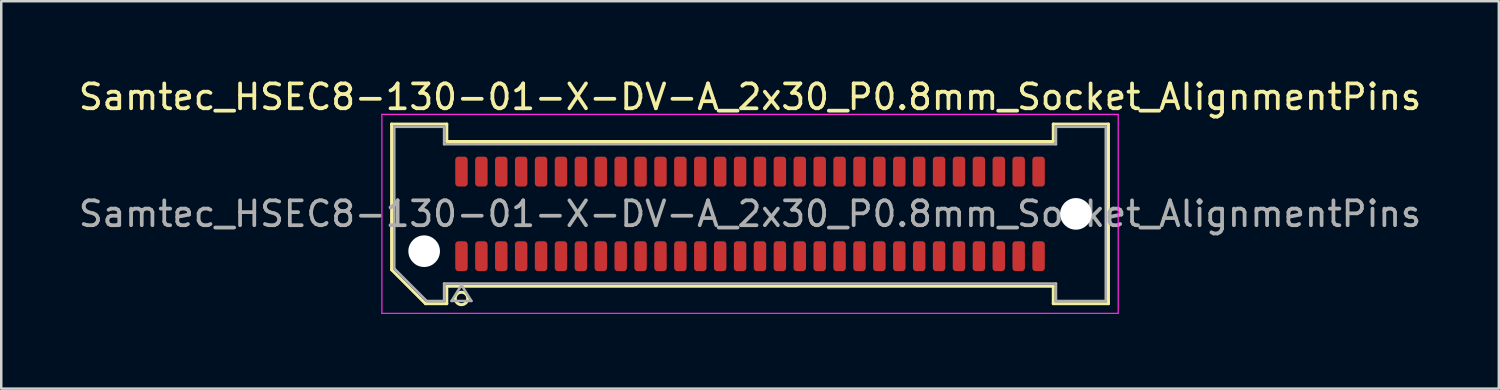
<source format=kicad_pcb>
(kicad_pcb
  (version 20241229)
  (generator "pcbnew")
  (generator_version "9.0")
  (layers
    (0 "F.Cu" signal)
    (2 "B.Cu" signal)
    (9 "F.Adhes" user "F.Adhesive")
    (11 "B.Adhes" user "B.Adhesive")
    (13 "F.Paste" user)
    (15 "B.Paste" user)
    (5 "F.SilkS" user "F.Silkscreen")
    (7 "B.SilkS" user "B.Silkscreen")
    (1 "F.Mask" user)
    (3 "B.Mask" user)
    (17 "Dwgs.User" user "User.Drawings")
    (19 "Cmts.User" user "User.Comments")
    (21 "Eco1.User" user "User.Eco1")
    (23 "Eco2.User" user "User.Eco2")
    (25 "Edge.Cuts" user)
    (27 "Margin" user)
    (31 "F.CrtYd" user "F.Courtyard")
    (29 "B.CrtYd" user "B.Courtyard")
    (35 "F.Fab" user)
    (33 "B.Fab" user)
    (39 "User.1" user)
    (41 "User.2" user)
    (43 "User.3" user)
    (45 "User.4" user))
  (footprint "Samtec_HSEC8-130-01-X-DV-A_2x30_P0.8mm_Socket_AlignmentPins"
    (layer "F.Cu")
    (at 27.101 5.548)
    (property "Reference" "Samtec_HSEC8-130-01-X-DV-A_2x30_P0.8mm_Socket_AlignmentPins" (at 0 -4.7 0) (layer "F.SilkS") (effects (font (size 1 1) (thickness 0.15))))
    (attr smd)
    (fp_line (start -14.41 -3.61) (end -12.19 -3.61) (stroke (width 0.12) (type solid)) (layer "F.SilkS"))
    (fp_line (start -14.41 2.246) (end -14.41 -3.61) (stroke (width 0.12) (type solid)) (layer "F.SilkS"))
    (fp_line (start -13.046 3.61) (end -14.41 2.246) (stroke (width 0.12) (type solid)) (layer "F.SilkS"))
    (fp_line (start -12.19 -3.61) (end -12.19 -2.91) (stroke (width 0.12) (type solid)) (layer "F.SilkS"))
    (fp_line (start -12.19 -2.91) (end 12.19 -2.91) (stroke (width 0.12) (type solid)) (layer "F.SilkS"))
    (fp_line (start -12.19 2.91) (end -12.19 3.61) (stroke (width 0.12) (type solid)) (layer "F.SilkS"))
    (fp_line (start -12.19 3.61) (end -13.046 3.61) (stroke (width 0.12) (type solid)) (layer "F.SilkS"))
    (fp_line (start 12.19 -3.61) (end 14.41 -3.61) (stroke (width 0.12) (type solid)) (layer "F.SilkS"))
    (fp_line (start 12.19 -2.91) (end 12.19 -3.61) (stroke (width 0.12) (type solid)) (layer "F.SilkS"))
    (fp_line (start 12.19 2.91) (end -12.19 2.91) (stroke (width 0.12) (type solid)) (layer "F.SilkS"))
    (fp_line (start 12.19 3.61) (end 12.19 2.91) (stroke (width 0.12) (type solid)) (layer "F.SilkS"))
    (fp_line (start 14.41 -3.61) (end 14.41 3.61) (stroke (width 0.12) (type solid)) (layer "F.SilkS"))
    (fp_line (start 14.41 3.61) (end 12.19 3.61) (stroke (width 0.12) (type solid)) (layer "F.SilkS"))
    (fp_circle (center -11.6 3.4) (end -11.35 3.4) (stroke (width 0.12) (type solid)) (fill no) (layer "F.SilkS"))
    (fp_line (start -14.8 -4) (end -14.8 4) (stroke (width 0.05) (type solid)) (layer "F.CrtYd"))
    (fp_line (start -14.8 4) (end 14.8 4) (stroke (width 0.05) (type solid)) (layer "F.CrtYd"))
    (fp_line (start 14.8 -4) (end -14.8 -4) (stroke (width 0.05) (type solid)) (layer "F.CrtYd"))
    (fp_line (start 14.8 4) (end 14.8 -4) (stroke (width 0.05) (type solid)) (layer "F.CrtYd"))
    (fp_line (start -14.3 -3.5) (end -12.3 -3.5) (stroke (width 0.1) (type solid)) (layer "F.Fab"))
    (fp_line (start -14.3 2.2) (end -14.3 -3.5) (stroke (width 0.1) (type solid)) (layer "F.Fab"))
    (fp_line (start -13 3.5) (end -14.3 2.2) (stroke (width 0.1) (type solid)) (layer "F.Fab"))
    (fp_line (start -12.3 -3.5) (end -12.3 -2.8) (stroke (width 0.1) (type solid)) (layer "F.Fab"))
    (fp_line (start -12.3 -2.8) (end 12.3 -2.8) (stroke (width 0.1) (type solid)) (layer "F.Fab"))
    (fp_line (start -12.3 2.8) (end -12.3 3.5) (stroke (width 0.1) (type solid)) (layer "F.Fab"))
    (fp_line (start -12.3 3.5) (end -13 3.5) (stroke (width 0.1) (type solid)) (layer "F.Fab"))
    (fp_line (start -12 3.5) (end -11.6 2.86) (stroke (width 0.1) (type solid)) (layer "F.Fab"))
    (fp_line (start -11.6 2.86) (end -11.2 3.5) (stroke (width 0.1) (type solid)) (layer "F.Fab"))
    (fp_line (start -11.2 3.5) (end -12 3.5) (stroke (width 0.1) (type solid)) (layer "F.Fab"))
    (fp_line (start 12.3 -3.5) (end 14.3 -3.5) (stroke (width 0.1) (type solid)) (layer "F.Fab"))
    (fp_line (start 12.3 -2.8) (end 12.3 -3.5) (stroke (width 0.1) (type solid)) (layer "F.Fab"))
    (fp_line (start 12.3 2.8) (end -12.3 2.8) (stroke (width 0.1) (type solid)) (layer "F.Fab"))
    (fp_line (start 12.3 3.5) (end 12.3 2.8) (stroke (width 0.1) (type solid)) (layer "F.Fab"))
    (fp_line (start 14.3 -3.5) (end 14.3 3.5) (stroke (width 0.1) (type solid)) (layer "F.Fab"))
    (fp_line (start 14.3 3.5) (end 12.3 3.5) (stroke (width 0.1) (type solid)) (layer "F.Fab"))
    (fp_text user "${REFERENCE}" (at 0 0 0) (layer "F.Fab") (effects (font (size 1 1) (thickness 0.15))))
    (pad "" np_thru_hole circle (at -13.1 1.5) (size 1.27 1.27) (drill 1.27) (layers "*.Cu" "*.Mask"))
    (pad "" np_thru_hole circle (at 13.1 0) (size 1.27 1.27) (drill 1.27) (layers "*.Cu" "*.Mask"))
    (pad "1" smd roundrect (at -11.6 1.7) (size 0.5 1.2) (layers "F.Cu" "F.Mask" "F.Paste") (roundrect_rratio 0.25))
    (pad "2" smd roundrect (at -11.6 -1.7) (size 0.5 1.2) (layers "F.Cu" "F.Mask" "F.Paste") (roundrect_rratio 0.25))
    (pad "3" smd roundrect (at -10.8 1.7) (size 0.5 1.2) (layers "F.Cu" "F.Mask" "F.Paste") (roundrect_rratio 0.25))
    (pad "4" smd roundrect (at -10.8 -1.7) (size 0.5 1.2) (layers "F.Cu" "F.Mask" "F.Paste") (roundrect_rratio 0.25))
    (pad "5" smd roundrect (at -10 1.7) (size 0.5 1.2) (layers "F.Cu" "F.Mask" "F.Paste") (roundrect_rratio 0.25))
    (pad "6" smd roundrect (at -10 -1.7) (size 0.5 1.2) (layers "F.Cu" "F.Mask" "F.Paste") (roundrect_rratio 0.25))
    (pad "7" smd roundrect (at -9.2 1.7) (size 0.5 1.2) (layers "F.Cu" "F.Mask" "F.Paste") (roundrect_rratio 0.25))
    (pad "8" smd roundrect (at -9.2 -1.7) (size 0.5 1.2) (layers "F.Cu" "F.Mask" "F.Paste") (roundrect_rratio 0.25))
    (pad "9" smd roundrect (at -8.4 1.7) (size 0.5 1.2) (layers "F.Cu" "F.Mask" "F.Paste") (roundrect_rratio 0.25))
    (pad "10" smd roundrect (at -8.4 -1.7) (size 0.5 1.2) (layers "F.Cu" "F.Mask" "F.Paste") (roundrect_rratio 0.25))
    (pad "11" smd roundrect (at -7.6 1.7) (size 0.5 1.2) (layers "F.Cu" "F.Mask" "F.Paste") (roundrect_rratio 0.25))
    (pad "12" smd roundrect (at -7.6 -1.7) (size 0.5 1.2) (layers "F.Cu" "F.Mask" "F.Paste") (roundrect_rratio 0.25))
    (pad "13" smd roundrect (at -6.8 1.7) (size 0.5 1.2) (layers "F.Cu" "F.Mask" "F.Paste") (roundrect_rratio 0.25))
    (pad "14" smd roundrect (at -6.8 -1.7) (size 0.5 1.2) (layers "F.Cu" "F.Mask" "F.Paste") (roundrect_rratio 0.25))
    (pad "15" smd roundrect (at -6 1.7) (size 0.5 1.2) (layers "F.Cu" "F.Mask" "F.Paste") (roundrect_rratio 0.25))
    (pad "16" smd roundrect (at -6 -1.7) (size 0.5 1.2) (layers "F.Cu" "F.Mask" "F.Paste") (roundrect_rratio 0.25))
    (pad "17" smd roundrect (at -5.2 1.7) (size 0.5 1.2) (layers "F.Cu" "F.Mask" "F.Paste") (roundrect_rratio 0.25))
    (pad "18" smd roundrect (at -5.2 -1.7) (size 0.5 1.2) (layers "F.Cu" "F.Mask" "F.Paste") (roundrect_rratio 0.25))
    (pad "19" smd roundrect (at -4.4 1.7) (size 0.5 1.2) (layers "F.Cu" "F.Mask" "F.Paste") (roundrect_rratio 0.25))
    (pad "20" smd roundrect (at -4.4 -1.7) (size 0.5 1.2) (layers "F.Cu" "F.Mask" "F.Paste") (roundrect_rratio 0.25))
    (pad "21" smd roundrect (at -3.6 1.7) (size 0.5 1.2) (layers "F.Cu" "F.Mask" "F.Paste") (roundrect_rratio 0.25))
    (pad "22" smd roundrect (at -3.6 -1.7) (size 0.5 1.2) (layers "F.Cu" "F.Mask" "F.Paste") (roundrect_rratio 0.25))
    (pad "23" smd roundrect (at -2.8 1.7) (size 0.5 1.2) (layers "F.Cu" "F.Mask" "F.Paste") (roundrect_rratio 0.25))
    (pad "24" smd roundrect (at -2.8 -1.7) (size 0.5 1.2) (layers "F.Cu" "F.Mask" "F.Paste") (roundrect_rratio 0.25))
    (pad "25" smd roundrect (at -2 1.7) (size 0.5 1.2) (layers "F.Cu" "F.Mask" "F.Paste") (roundrect_rratio 0.25))
    (pad "26" smd roundrect (at -2 -1.7) (size 0.5 1.2) (layers "F.Cu" "F.Mask" "F.Paste") (roundrect_rratio 0.25))
    (pad "27" smd roundrect (at -1.2 1.7) (size 0.5 1.2) (layers "F.Cu" "F.Mask" "F.Paste") (roundrect_rratio 0.25))
    (pad "28" smd roundrect (at -1.2 -1.7) (size 0.5 1.2) (layers "F.Cu" "F.Mask" "F.Paste") (roundrect_rratio 0.25))
    (pad "29" smd roundrect (at -0.4 1.7) (size 0.5 1.2) (layers "F.Cu" "F.Mask" "F.Paste") (roundrect_rratio 0.25))
    (pad "30" smd roundrect (at -0.4 -1.7) (size 0.5 1.2) (layers "F.Cu" "F.Mask" "F.Paste") (roundrect_rratio 0.25))
    (pad "31" smd roundrect (at 0.4 1.7) (size 0.5 1.2) (layers "F.Cu" "F.Mask" "F.Paste") (roundrect_rratio 0.25))
    (pad "32" smd roundrect (at 0.4 -1.7) (size 0.5 1.2) (layers "F.Cu" "F.Mask" "F.Paste") (roundrect_rratio 0.25))
    (pad "33" smd roundrect (at 1.2 1.7) (size 0.5 1.2) (layers "F.Cu" "F.Mask" "F.Paste") (roundrect_rratio 0.25))
    (pad "34" smd roundrect (at 1.2 -1.7) (size 0.5 1.2) (layers "F.Cu" "F.Mask" "F.Paste") (roundrect_rratio 0.25))
    (pad "35" smd roundrect (at 2 1.7) (size 0.5 1.2) (layers "F.Cu" "F.Mask" "F.Paste") (roundrect_rratio 0.25))
    (pad "36" smd roundrect (at 2 -1.7) (size 0.5 1.2) (layers "F.Cu" "F.Mask" "F.Paste") (roundrect_rratio 0.25))
    (pad "37" smd roundrect (at 2.8 1.7) (size 0.5 1.2) (layers "F.Cu" "F.Mask" "F.Paste") (roundrect_rratio 0.25))
    (pad "38" smd roundrect (at 2.8 -1.7) (size 0.5 1.2) (layers "F.Cu" "F.Mask" "F.Paste") (roundrect_rratio 0.25))
    (pad "39" smd roundrect (at 3.6 1.7) (size 0.5 1.2) (layers "F.Cu" "F.Mask" "F.Paste") (roundrect_rratio 0.25))
    (pad "40" smd roundrect (at 3.6 -1.7) (size 0.5 1.2) (layers "F.Cu" "F.Mask" "F.Paste") (roundrect_rratio 0.25))
    (pad "41" smd roundrect (at 4.4 1.7) (size 0.5 1.2) (layers "F.Cu" "F.Mask" "F.Paste") (roundrect_rratio 0.25))
    (pad "42" smd roundrect (at 4.4 -1.7) (size 0.5 1.2) (layers "F.Cu" "F.Mask" "F.Paste") (roundrect_rratio 0.25))
    (pad "43" smd roundrect (at 5.2 1.7) (size 0.5 1.2) (layers "F.Cu" "F.Mask" "F.Paste") (roundrect_rratio 0.25))
    (pad "44" smd roundrect (at 5.2 -1.7) (size 0.5 1.2) (layers "F.Cu" "F.Mask" "F.Paste") (roundrect_rratio 0.25))
    (pad "45" smd roundrect (at 6 1.7) (size 0.5 1.2) (layers "F.Cu" "F.Mask" "F.Paste") (roundrect_rratio 0.25))
    (pad "46" smd roundrect (at 6 -1.7) (size 0.5 1.2) (layers "F.Cu" "F.Mask" "F.Paste") (roundrect_rratio 0.25))
    (pad "47" smd roundrect (at 6.8 1.7) (size 0.5 1.2) (layers "F.Cu" "F.Mask" "F.Paste") (roundrect_rratio 0.25))
    (pad "48" smd roundrect (at 6.8 -1.7) (size 0.5 1.2) (layers "F.Cu" "F.Mask" "F.Paste") (roundrect_rratio 0.25))
    (pad "49" smd roundrect (at 7.6 1.7) (size 0.5 1.2) (layers "F.Cu" "F.Mask" "F.Paste") (roundrect_rratio 0.25))
    (pad "50" smd roundrect (at 7.6 -1.7) (size 0.5 1.2) (layers "F.Cu" "F.Mask" "F.Paste") (roundrect_rratio 0.25))
    (pad "51" smd roundrect (at 8.4 1.7) (size 0.5 1.2) (layers "F.Cu" "F.Mask" "F.Paste") (roundrect_rratio 0.25))
    (pad "52" smd roundrect (at 8.4 -1.7) (size 0.5 1.2) (layers "F.Cu" "F.Mask" "F.Paste") (roundrect_rratio 0.25))
    (pad "53" smd roundrect (at 9.2 1.7) (size 0.5 1.2) (layers "F.Cu" "F.Mask" "F.Paste") (roundrect_rratio 0.25))
    (pad "54" smd roundrect (at 9.2 -1.7) (size 0.5 1.2) (layers "F.Cu" "F.Mask" "F.Paste") (roundrect_rratio 0.25))
    (pad "55" smd roundrect (at 10 1.7) (size 0.5 1.2) (layers "F.Cu" "F.Mask" "F.Paste") (roundrect_rratio 0.25))
    (pad "56" smd roundrect (at 10 -1.7) (size 0.5 1.2) (layers "F.Cu" "F.Mask" "F.Paste") (roundrect_rratio 0.25))
    (pad "57" smd roundrect (at 10.8 1.7) (size 0.5 1.2) (layers "F.Cu" "F.Mask" "F.Paste") (roundrect_rratio 0.25))
    (pad "58" smd roundrect (at 10.8 -1.7) (size 0.5 1.2) (layers "F.Cu" "F.Mask" "F.Paste") (roundrect_rratio 0.25))
    (pad "59" smd roundrect (at 11.6 1.7) (size 0.5 1.2) (layers "F.Cu" "F.Mask" "F.Paste") (roundrect_rratio 0.25))
    (pad "60" smd roundrect (at 11.6 -1.7) (size 0.5 1.2) (layers "F.Cu" "F.Mask" "F.Paste") (roundrect_rratio 0.25)))
  (gr_rect
    (start -3 -3)
    (end 57.202 12.573)
    (stroke (width 0.1) (type default))
    (fill no)
    (layer "Edge.Cuts")))
</source>
